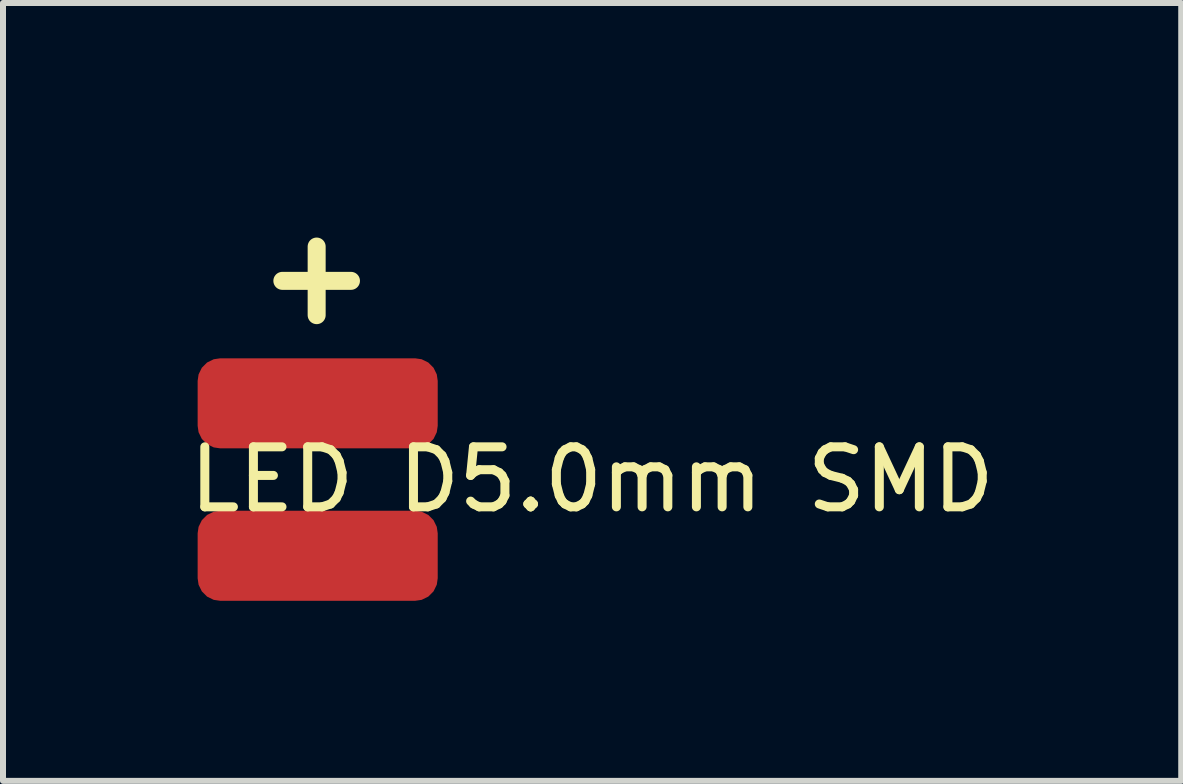
<source format=kicad_pcb>
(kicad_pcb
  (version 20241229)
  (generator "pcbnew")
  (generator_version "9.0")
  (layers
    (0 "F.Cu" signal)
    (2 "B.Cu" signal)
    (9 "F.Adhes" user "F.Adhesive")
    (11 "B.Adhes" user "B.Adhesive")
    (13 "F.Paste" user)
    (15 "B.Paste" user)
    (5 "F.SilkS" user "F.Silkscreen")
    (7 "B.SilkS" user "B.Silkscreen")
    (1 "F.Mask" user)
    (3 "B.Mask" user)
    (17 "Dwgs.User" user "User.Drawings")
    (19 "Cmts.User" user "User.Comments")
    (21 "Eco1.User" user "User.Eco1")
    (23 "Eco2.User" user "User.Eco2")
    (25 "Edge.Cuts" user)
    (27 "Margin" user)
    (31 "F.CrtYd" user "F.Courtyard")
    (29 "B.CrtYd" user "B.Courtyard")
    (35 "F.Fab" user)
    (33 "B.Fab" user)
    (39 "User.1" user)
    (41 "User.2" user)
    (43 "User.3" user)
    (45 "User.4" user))
  (footprint "LED D5.0mm SMD"
    (layer "F.Cu")
    (at 2.243 3.67)
    (property "Reference" "LED D5.0mm SMD" (at 4.572 1.27 0) (unlocked yes) (layer "F.SilkS") (effects (font (size 1 1) (thickness 0.15))))
    (attr smd)
    (fp_text user "+" (at -1.143 -1.27 0) (unlocked yes) (layer "F.SilkS") (effects (font (size 1.5 1.5) (thickness 0.3) (bold yes)) (justify left bottom)))
    (pad "1" smd roundrect (at 0 0) (size 4 1.5) (layers "F.Cu" "F.Mask" "F.Paste") (roundrect_rratio 0.25))
    (pad "2" smd roundrect (at 0 2.54) (size 4 1.5) (layers "F.Cu" "F.Mask" "F.Paste") (roundrect_rratio 0.25)))
  (gr_rect
    (start -3 -3)
    (end 16.631 9.96)
    (stroke (width 0.1) (type default))
    (fill no)
    (layer "Edge.Cuts")))
</source>
